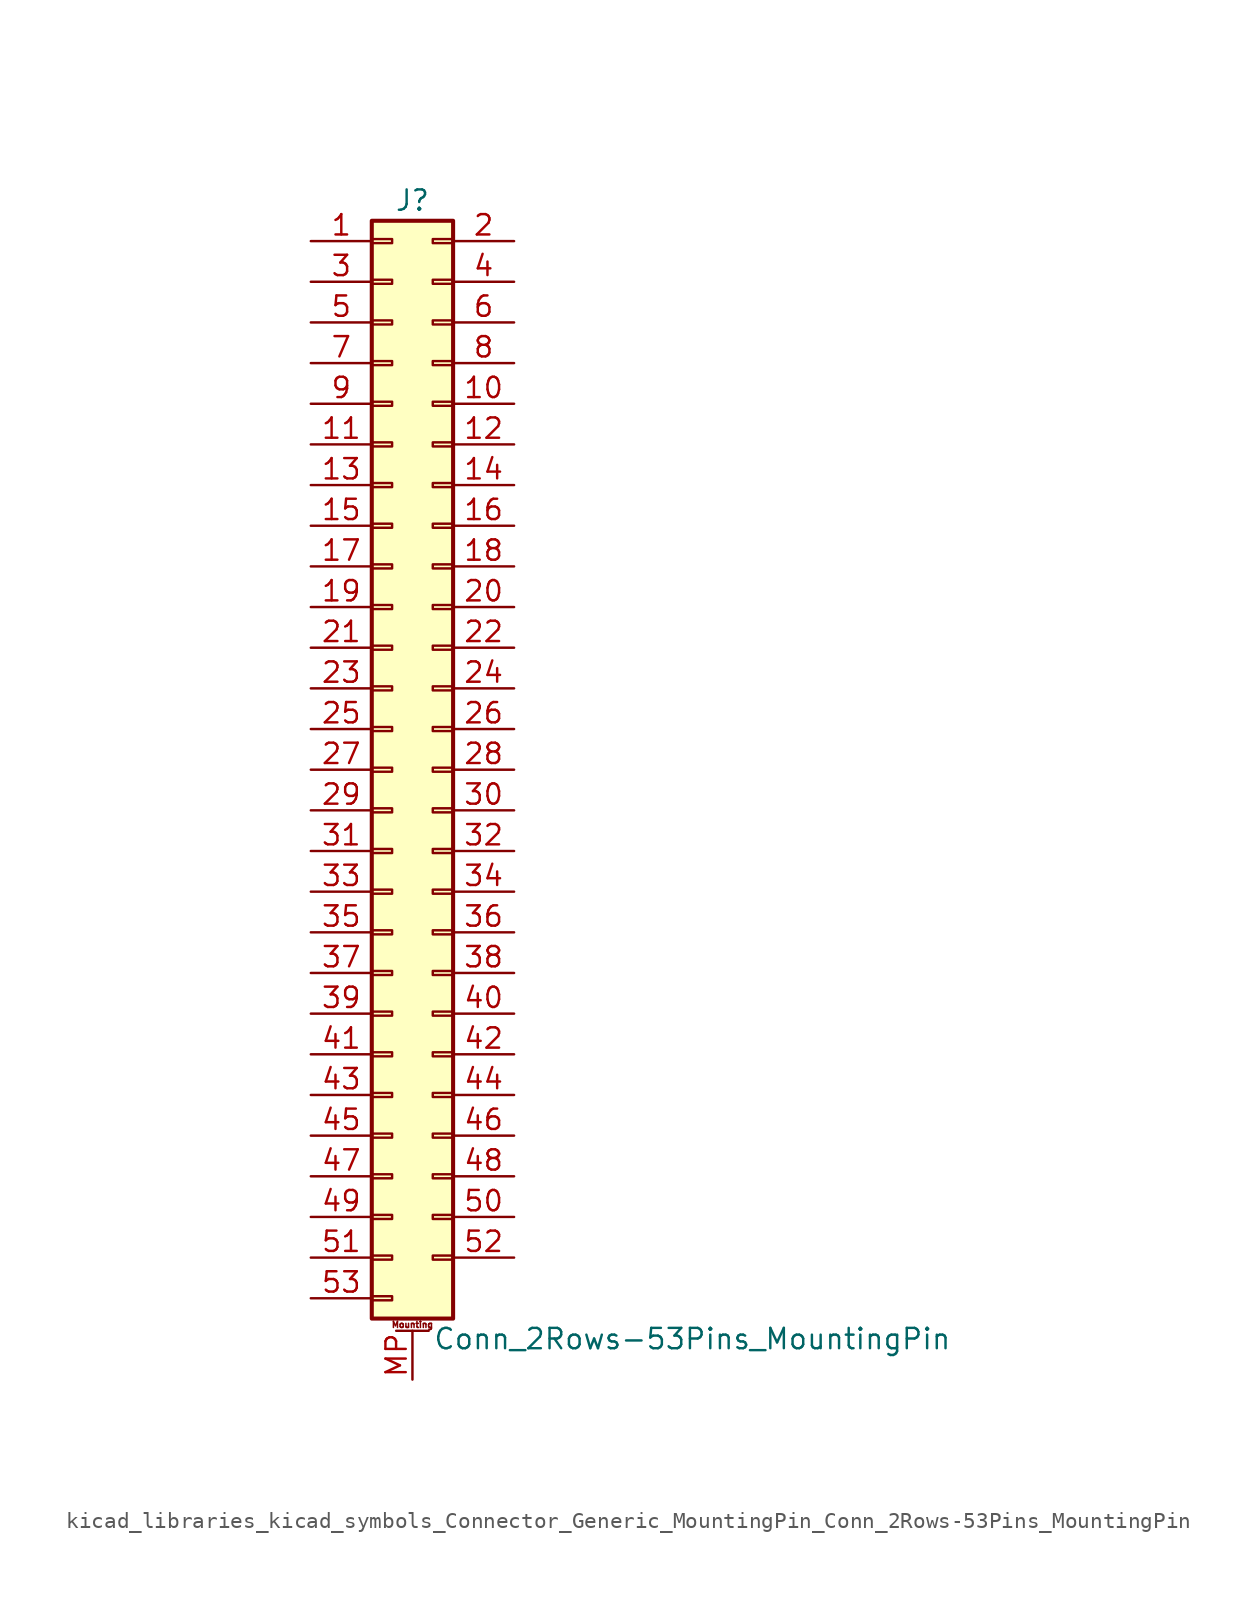
<source format=kicad_sym>
(kicad_symbol_lib
  (version 20220914)
  (generator kicad_symbol_editor)
  (symbol "kicad_libraries_kicad_symbols_Connector_Generic_MountingPin_Conn_2Rows-53Pins_MountingPin"
    (pin_names
      (offset 1.016) hide)
    (property "Reference" "J"
      (at 1.27 35.56 0)
      (effects (font (size 1.27 1.27))))
    (property "Value" "Conn_2Rows-53Pins_MountingPin"
      (at 2.54 -35.56 0)
      (effects (font (size 1.27 1.27)) (justify left)))
    (symbol "kicad_libraries_kicad_symbols_Connector_Generic_MountingPin_Conn_2Rows-53Pins_MountingPin_1_1"
      (rectangle (start -1.27 -32.893) (end 0 -33.147) (stroke (width 0.152) (type default)) (fill (type none)))
      (rectangle (start -1.27 -30.353) (end 0 -30.607) (stroke (width 0.152) (type default)) (fill (type none)))
      (rectangle (start -1.27 -27.813) (end 0 -28.067) (stroke (width 0.152) (type default)) (fill (type none)))
      (rectangle (start -1.27 -25.273) (end 0 -25.527) (stroke (width 0.152) (type default)) (fill (type none)))
      (rectangle (start -1.27 -22.733) (end 0 -22.987) (stroke (width 0.152) (type default)) (fill (type none)))
      (rectangle (start -1.27 -20.193) (end 0 -20.447) (stroke (width 0.152) (type default)) (fill (type none)))
      (rectangle (start -1.27 -17.653) (end 0 -17.907) (stroke (width 0.152) (type default)) (fill (type none)))
      (rectangle (start -1.27 -15.113) (end 0 -15.367) (stroke (width 0.152) (type default)) (fill (type none)))
      (rectangle (start -1.27 -12.573) (end 0 -12.827) (stroke (width 0.152) (type default)) (fill (type none)))
      (rectangle (start -1.27 -10.033) (end 0 -10.287) (stroke (width 0.152) (type default)) (fill (type none)))
      (rectangle (start -1.27 -7.493) (end 0 -7.747) (stroke (width 0.152) (type default)) (fill (type none)))
      (rectangle (start -1.27 -4.953) (end 0 -5.207) (stroke (width 0.152) (type default)) (fill (type none)))
      (rectangle (start -1.27 -2.413) (end 0 -2.667) (stroke (width 0.152) (type default)) (fill (type none)))
      (rectangle (start -1.27 0.127) (end 0 -0.127) (stroke (width 0.152) (type default)) (fill (type none)))
      (rectangle (start -1.27 2.667) (end 0 2.413) (stroke (width 0.152) (type default)) (fill (type none)))
      (rectangle (start -1.27 5.207) (end 0 4.953) (stroke (width 0.152) (type default)) (fill (type none)))
      (rectangle (start -1.27 7.747) (end 0 7.493) (stroke (width 0.152) (type default)) (fill (type none)))
      (rectangle (start -1.27 10.287) (end 0 10.033) (stroke (width 0.152) (type default)) (fill (type none)))
      (rectangle (start -1.27 12.827) (end 0 12.573) (stroke (width 0.152) (type default)) (fill (type none)))
      (rectangle (start -1.27 15.367) (end 0 15.113) (stroke (width 0.152) (type default)) (fill (type none)))
      (rectangle (start -1.27 17.907) (end 0 17.653) (stroke (width 0.152) (type default)) (fill (type none)))
      (rectangle (start -1.27 20.447) (end 0 20.193) (stroke (width 0.152) (type default)) (fill (type none)))
      (rectangle (start -1.27 22.987) (end 0 22.733) (stroke (width 0.152) (type default)) (fill (type none)))
      (rectangle (start -1.27 25.527) (end 0 25.273) (stroke (width 0.152) (type default)) (fill (type none)))
      (rectangle (start -1.27 28.067) (end 0 27.813) (stroke (width 0.152) (type default)) (fill (type none)))
      (rectangle (start -1.27 30.607) (end 0 30.353) (stroke (width 0.152) (type default)) (fill (type none)))
      (rectangle (start -1.27 33.147) (end 0 32.893) (stroke (width 0.152) (type default)) (fill (type none)))
      (rectangle (start -1.27 34.29) (end 3.81 -34.29) (stroke (width 0.254) (type default)) (fill (type background)))
      (polyline (pts (xy 0.254 -35.052) (xy 2.286 -35.052)) (stroke (width 0.152) (type default)) (fill (type none)))
      (rectangle (start 3.81 -30.353) (end 2.54 -30.607) (stroke (width 0.152) (type default)) (fill (type none)))
      (rectangle (start 3.81 -27.813) (end 2.54 -28.067) (stroke (width 0.152) (type default)) (fill (type none)))
      (rectangle (start 3.81 -25.273) (end 2.54 -25.527) (stroke (width 0.152) (type default)) (fill (type none)))
      (rectangle (start 3.81 -22.733) (end 2.54 -22.987) (stroke (width 0.152) (type default)) (fill (type none)))
      (rectangle (start 3.81 -20.193) (end 2.54 -20.447) (stroke (width 0.152) (type default)) (fill (type none)))
      (rectangle (start 3.81 -17.653) (end 2.54 -17.907) (stroke (width 0.152) (type default)) (fill (type none)))
      (rectangle (start 3.81 -15.113) (end 2.54 -15.367) (stroke (width 0.152) (type default)) (fill (type none)))
      (rectangle (start 3.81 -12.573) (end 2.54 -12.827) (stroke (width 0.152) (type default)) (fill (type none)))
      (rectangle (start 3.81 -10.033) (end 2.54 -10.287) (stroke (width 0.152) (type default)) (fill (type none)))
      (rectangle (start 3.81 -7.493) (end 2.54 -7.747) (stroke (width 0.152) (type default)) (fill (type none)))
      (rectangle (start 3.81 -4.953) (end 2.54 -5.207) (stroke (width 0.152) (type default)) (fill (type none)))
      (rectangle (start 3.81 -2.413) (end 2.54 -2.667) (stroke (width 0.152) (type default)) (fill (type none)))
      (rectangle (start 3.81 0.127) (end 2.54 -0.127) (stroke (width 0.152) (type default)) (fill (type none)))
      (rectangle (start 3.81 2.667) (end 2.54 2.413) (stroke (width 0.152) (type default)) (fill (type none)))
      (rectangle (start 3.81 5.207) (end 2.54 4.953) (stroke (width 0.152) (type default)) (fill (type none)))
      (rectangle (start 3.81 7.747) (end 2.54 7.493) (stroke (width 0.152) (type default)) (fill (type none)))
      (rectangle (start 3.81 10.287) (end 2.54 10.033) (stroke (width 0.152) (type default)) (fill (type none)))
      (rectangle (start 3.81 12.827) (end 2.54 12.573) (stroke (width 0.152) (type default)) (fill (type none)))
      (rectangle (start 3.81 15.367) (end 2.54 15.113) (stroke (width 0.152) (type default)) (fill (type none)))
      (rectangle (start 3.81 17.907) (end 2.54 17.653) (stroke (width 0.152) (type default)) (fill (type none)))
      (rectangle (start 3.81 20.447) (end 2.54 20.193) (stroke (width 0.152) (type default)) (fill (type none)))
      (rectangle (start 3.81 22.987) (end 2.54 22.733) (stroke (width 0.152) (type default)) (fill (type none)))
      (rectangle (start 3.81 25.527) (end 2.54 25.273) (stroke (width 0.152) (type default)) (fill (type none)))
      (rectangle (start 3.81 28.067) (end 2.54 27.813) (stroke (width 0.152) (type default)) (fill (type none)))
      (rectangle (start 3.81 30.607) (end 2.54 30.353) (stroke (width 0.152) (type default)) (fill (type none)))
      (rectangle (start 3.81 33.147) (end 2.54 32.893) (stroke (width 0.152) (type default)) (fill (type none)))
      (text "Mounting" (at 1.27 -34.671 0) (effects (font (size 0.381 0.381))))
      (pin passive line (at -5.08 33.02 0) (length 3.81) (name "Pin_1" (effects (font (size 1.27 1.27)))) (number "1" (effects (font (size 1.27 1.27)))))
      (pin passive line (at 7.62 22.86 180) (length 3.81) (name "Pin_10" (effects (font (size 1.27 1.27)))) (number "10" (effects (font (size 1.27 1.27)))))
      (pin passive line (at -5.08 20.32 0) (length 3.81) (name "Pin_11" (effects (font (size 1.27 1.27)))) (number "11" (effects (font (size 1.27 1.27)))))
      (pin passive line (at 7.62 20.32 180) (length 3.81) (name "Pin_12" (effects (font (size 1.27 1.27)))) (number "12" (effects (font (size 1.27 1.27)))))
      (pin passive line (at -5.08 17.78 0) (length 3.81) (name "Pin_13" (effects (font (size 1.27 1.27)))) (number "13" (effects (font (size 1.27 1.27)))))
      (pin passive line (at 7.62 17.78 180) (length 3.81) (name "Pin_14" (effects (font (size 1.27 1.27)))) (number "14" (effects (font (size 1.27 1.27)))))
      (pin passive line (at -5.08 15.24 0) (length 3.81) (name "Pin_15" (effects (font (size 1.27 1.27)))) (number "15" (effects (font (size 1.27 1.27)))))
      (pin passive line (at 7.62 15.24 180) (length 3.81) (name "Pin_16" (effects (font (size 1.27 1.27)))) (number "16" (effects (font (size 1.27 1.27)))))
      (pin passive line (at -5.08 12.7 0) (length 3.81) (name "Pin_17" (effects (font (size 1.27 1.27)))) (number "17" (effects (font (size 1.27 1.27)))))
      (pin passive line (at 7.62 12.7 180) (length 3.81) (name "Pin_18" (effects (font (size 1.27 1.27)))) (number "18" (effects (font (size 1.27 1.27)))))
      (pin passive line (at -5.08 10.16 0) (length 3.81) (name "Pin_19" (effects (font (size 1.27 1.27)))) (number "19" (effects (font (size 1.27 1.27)))))
      (pin passive line (at 7.62 33.02 180) (length 3.81) (name "Pin_2" (effects (font (size 1.27 1.27)))) (number "2" (effects (font (size 1.27 1.27)))))
      (pin passive line (at 7.62 10.16 180) (length 3.81) (name "Pin_20" (effects (font (size 1.27 1.27)))) (number "20" (effects (font (size 1.27 1.27)))))
      (pin passive line (at -5.08 7.62 0) (length 3.81) (name "Pin_21" (effects (font (size 1.27 1.27)))) (number "21" (effects (font (size 1.27 1.27)))))
      (pin passive line (at 7.62 7.62 180) (length 3.81) (name "Pin_22" (effects (font (size 1.27 1.27)))) (number "22" (effects (font (size 1.27 1.27)))))
      (pin passive line (at -5.08 5.08 0) (length 3.81) (name "Pin_23" (effects (font (size 1.27 1.27)))) (number "23" (effects (font (size 1.27 1.27)))))
      (pin passive line (at 7.62 5.08 180) (length 3.81) (name "Pin_24" (effects (font (size 1.27 1.27)))) (number "24" (effects (font (size 1.27 1.27)))))
      (pin passive line (at -5.08 2.54 0) (length 3.81) (name "Pin_25" (effects (font (size 1.27 1.27)))) (number "25" (effects (font (size 1.27 1.27)))))
      (pin passive line (at 7.62 2.54 180) (length 3.81) (name "Pin_26" (effects (font (size 1.27 1.27)))) (number "26" (effects (font (size 1.27 1.27)))))
      (pin passive line (at -5.08 0 0) (length 3.81) (name "Pin_27" (effects (font (size 1.27 1.27)))) (number "27" (effects (font (size 1.27 1.27)))))
      (pin passive line (at 7.62 0 180) (length 3.81) (name "Pin_28" (effects (font (size 1.27 1.27)))) (number "28" (effects (font (size 1.27 1.27)))))
      (pin passive line (at -5.08 -2.54 0) (length 3.81) (name "Pin_29" (effects (font (size 1.27 1.27)))) (number "29" (effects (font (size 1.27 1.27)))))
      (pin passive line (at -5.08 30.48 0) (length 3.81) (name "Pin_3" (effects (font (size 1.27 1.27)))) (number "3" (effects (font (size 1.27 1.27)))))
      (pin passive line (at 7.62 -2.54 180) (length 3.81) (name "Pin_30" (effects (font (size 1.27 1.27)))) (number "30" (effects (font (size 1.27 1.27)))))
      (pin passive line (at -5.08 -5.08 0) (length 3.81) (name "Pin_31" (effects (font (size 1.27 1.27)))) (number "31" (effects (font (size 1.27 1.27)))))
      (pin passive line (at 7.62 -5.08 180) (length 3.81) (name "Pin_32" (effects (font (size 1.27 1.27)))) (number "32" (effects (font (size 1.27 1.27)))))
      (pin passive line (at -5.08 -7.62 0) (length 3.81) (name "Pin_33" (effects (font (size 1.27 1.27)))) (number "33" (effects (font (size 1.27 1.27)))))
      (pin passive line (at 7.62 -7.62 180) (length 3.81) (name "Pin_34" (effects (font (size 1.27 1.27)))) (number "34" (effects (font (size 1.27 1.27)))))
      (pin passive line (at -5.08 -10.16 0) (length 3.81) (name "Pin_35" (effects (font (size 1.27 1.27)))) (number "35" (effects (font (size 1.27 1.27)))))
      (pin passive line (at 7.62 -10.16 180) (length 3.81) (name "Pin_36" (effects (font (size 1.27 1.27)))) (number "36" (effects (font (size 1.27 1.27)))))
      (pin passive line (at -5.08 -12.7 0) (length 3.81) (name "Pin_37" (effects (font (size 1.27 1.27)))) (number "37" (effects (font (size 1.27 1.27)))))
      (pin passive line (at 7.62 -12.7 180) (length 3.81) (name "Pin_38" (effects (font (size 1.27 1.27)))) (number "38" (effects (font (size 1.27 1.27)))))
      (pin passive line (at -5.08 -15.24 0) (length 3.81) (name "Pin_39" (effects (font (size 1.27 1.27)))) (number "39" (effects (font (size 1.27 1.27)))))
      (pin passive line (at 7.62 30.48 180) (length 3.81) (name "Pin_4" (effects (font (size 1.27 1.27)))) (number "4" (effects (font (size 1.27 1.27)))))
      (pin passive line (at 7.62 -15.24 180) (length 3.81) (name "Pin_40" (effects (font (size 1.27 1.27)))) (number "40" (effects (font (size 1.27 1.27)))))
      (pin passive line (at -5.08 -17.78 0) (length 3.81) (name "Pin_41" (effects (font (size 1.27 1.27)))) (number "41" (effects (font (size 1.27 1.27)))))
      (pin passive line (at 7.62 -17.78 180) (length 3.81) (name "Pin_42" (effects (font (size 1.27 1.27)))) (number "42" (effects (font (size 1.27 1.27)))))
      (pin passive line (at -5.08 -20.32 0) (length 3.81) (name "Pin_43" (effects (font (size 1.27 1.27)))) (number "43" (effects (font (size 1.27 1.27)))))
      (pin passive line (at 7.62 -20.32 180) (length 3.81) (name "Pin_44" (effects (font (size 1.27 1.27)))) (number "44" (effects (font (size 1.27 1.27)))))
      (pin passive line (at -5.08 -22.86 0) (length 3.81) (name "Pin_45" (effects (font (size 1.27 1.27)))) (number "45" (effects (font (size 1.27 1.27)))))
      (pin passive line (at 7.62 -22.86 180) (length 3.81) (name "Pin_46" (effects (font (size 1.27 1.27)))) (number "46" (effects (font (size 1.27 1.27)))))
      (pin passive line (at -5.08 -25.4 0) (length 3.81) (name "Pin_47" (effects (font (size 1.27 1.27)))) (number "47" (effects (font (size 1.27 1.27)))))
      (pin passive line (at 7.62 -25.4 180) (length 3.81) (name "Pin_48" (effects (font (size 1.27 1.27)))) (number "48" (effects (font (size 1.27 1.27)))))
      (pin passive line (at -5.08 -27.94 0) (length 3.81) (name "Pin_49" (effects (font (size 1.27 1.27)))) (number "49" (effects (font (size 1.27 1.27)))))
      (pin passive line (at -5.08 27.94 0) (length 3.81) (name "Pin_5" (effects (font (size 1.27 1.27)))) (number "5" (effects (font (size 1.27 1.27)))))
      (pin passive line (at 7.62 -27.94 180) (length 3.81) (name "Pin_50" (effects (font (size 1.27 1.27)))) (number "50" (effects (font (size 1.27 1.27)))))
      (pin passive line (at -5.08 -30.48 0) (length 3.81) (name "Pin_51" (effects (font (size 1.27 1.27)))) (number "51" (effects (font (size 1.27 1.27)))))
      (pin passive line (at 7.62 -30.48 180) (length 3.81) (name "Pin_52" (effects (font (size 1.27 1.27)))) (number "52" (effects (font (size 1.27 1.27)))))
      (pin passive line (at -5.08 -33.02 0) (length 3.81) (name "Pin_53" (effects (font (size 1.27 1.27)))) (number "53" (effects (font (size 1.27 1.27)))))
      (pin passive line (at 7.62 27.94 180) (length 3.81) (name "Pin_6" (effects (font (size 1.27 1.27)))) (number "6" (effects (font (size 1.27 1.27)))))
      (pin passive line (at -5.08 25.4 0) (length 3.81) (name "Pin_7" (effects (font (size 1.27 1.27)))) (number "7" (effects (font (size 1.27 1.27)))))
      (pin passive line (at 7.62 25.4 180) (length 3.81) (name "Pin_8" (effects (font (size 1.27 1.27)))) (number "8" (effects (font (size 1.27 1.27)))))
      (pin passive line (at -5.08 22.86 0) (length 3.81) (name "Pin_9" (effects (font (size 1.27 1.27)))) (number "9" (effects (font (size 1.27 1.27)))))
      (pin passive line (at 1.27 -38.1 90) (length 3.048) (name "MountPin" (effects (font (size 1.27 1.27)))) (number "MP" (effects (font (size 1.27 1.27))))))))
</source>
